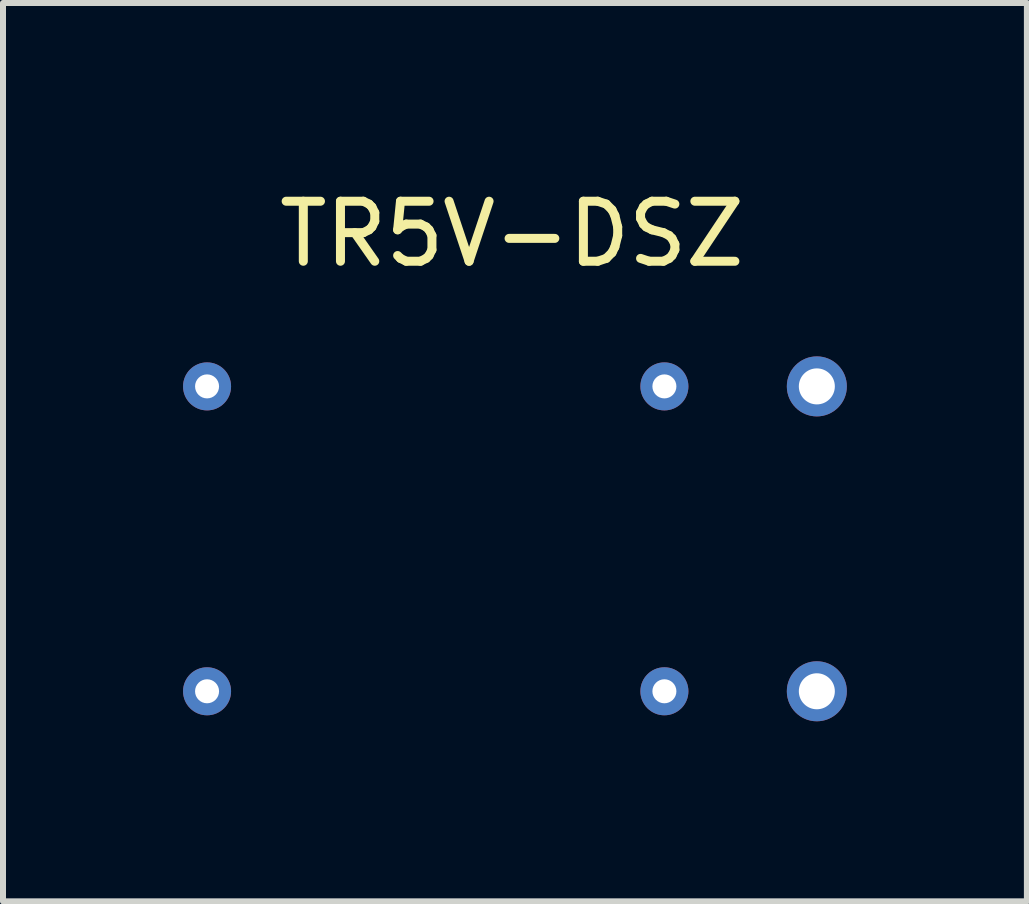
<source format=kicad_pcb>
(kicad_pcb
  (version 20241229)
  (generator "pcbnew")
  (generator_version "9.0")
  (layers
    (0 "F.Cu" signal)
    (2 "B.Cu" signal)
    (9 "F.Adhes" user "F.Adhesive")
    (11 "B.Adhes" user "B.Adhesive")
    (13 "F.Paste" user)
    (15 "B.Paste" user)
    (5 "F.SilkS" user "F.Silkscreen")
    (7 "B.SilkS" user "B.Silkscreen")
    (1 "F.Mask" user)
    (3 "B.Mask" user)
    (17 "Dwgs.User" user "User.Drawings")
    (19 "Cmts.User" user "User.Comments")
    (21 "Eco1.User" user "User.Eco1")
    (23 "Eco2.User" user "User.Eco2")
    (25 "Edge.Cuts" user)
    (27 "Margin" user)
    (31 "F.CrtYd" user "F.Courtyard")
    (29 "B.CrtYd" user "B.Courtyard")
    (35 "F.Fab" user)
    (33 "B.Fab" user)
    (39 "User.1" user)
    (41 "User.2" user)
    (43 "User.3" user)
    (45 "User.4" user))
  (footprint "TR5V-DSZ"
    (layer "F.Cu")
    (at 10.56 3.388)
    (property "Reference" "TR5V-DSZ" (at -5.08 -2.54 0) (layer "F.SilkS") (effects (font (size 1 1) (thickness 0.15))))
    (attr through_hole)
    (pad "1" thru_hole circle (at -10.16 0) (size 0.8 0.8) (drill 0.4) (layers "*.Cu" "*.Mask"))
    (pad "2" thru_hole circle (at -10.16 5.08) (size 0.8 0.8) (drill 0.4) (layers "*.Cu" "*.Mask"))
    (pad "3" thru_hole circle (at -2.54 0) (size 0.8 0.8) (drill 0.4) (layers "*.Cu" "*.Mask"))
    (pad "4" thru_hole circle (at -2.54 5.08) (size 0.8 0.8) (drill 0.4) (layers "*.Cu" "*.Mask"))
    (pad "5" thru_hole circle (at 0 0) (size 1 1) (drill 0.6) (layers "*.Cu" "*.Mask"))
    (pad "6" thru_hole circle (at 0 5.08) (size 1 1) (drill 0.6) (layers "*.Cu" "*.Mask")))
  (gr_rect
    (start -3 -3)
    (end 14.06 11.968)
    (stroke (width 0.1) (type default))
    (fill no)
    (layer "Edge.Cuts")))
</source>
